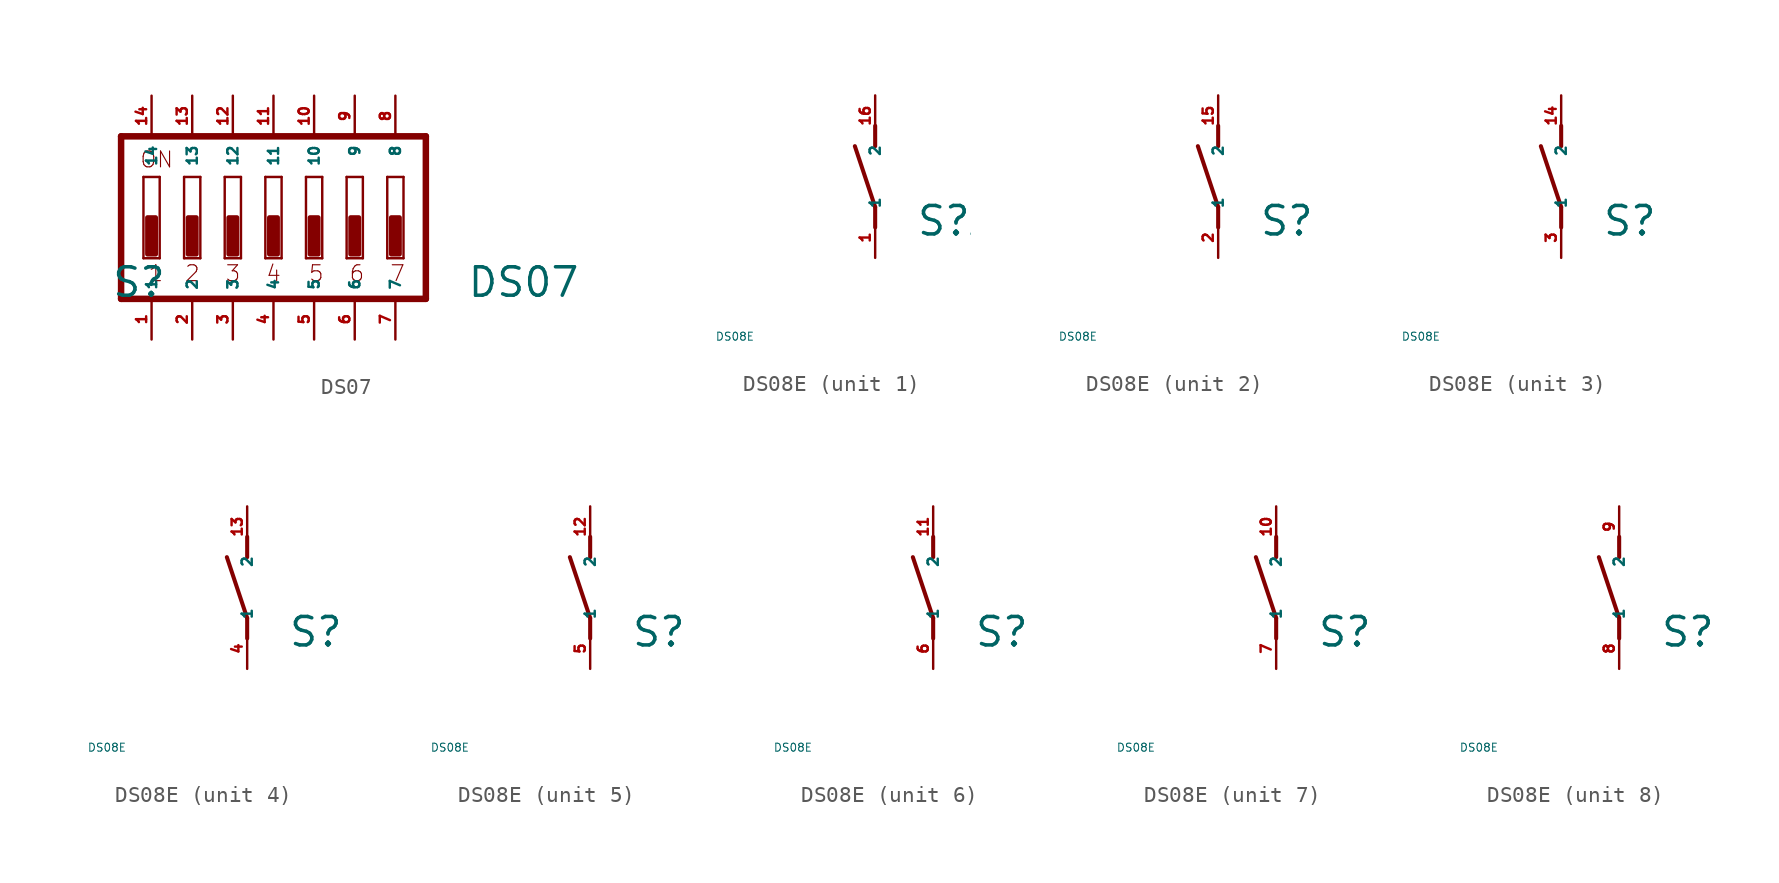
<source format=kicad_sym>
(kicad_symbol_lib
  (version 20220914)
  (generator Eagle2Kicad)
  (symbol "DS07"
    (property "Reference" "S"
      (at -10.16 -5.08 0)
      (effects (font (size 1.778 1.778) (thickness 0.22)) (justify left bottom)))
    (property "Value" "DS07"
      (at 12.065 -5.08 0)
      (effects (font (size 1.778 1.778) (thickness 0.22)) (justify left bottom)))
    (polyline
      (pts (xy 9.525 5.08) (xy -9.525 5.08))
      (stroke (width 0.406) (type default))
      (fill (type none)))
    (polyline
      (pts (xy -9.525 5.08) (xy -9.525 -5.08))
      (stroke (width 0.406) (type default))
      (fill (type none)))
    (polyline
      (pts (xy -9.525 -5.08) (xy 9.525 -5.08))
      (stroke (width 0.406) (type default))
      (fill (type none)))
    (polyline
      (pts (xy 9.525 -5.08) (xy 9.525 5.08))
      (stroke (width 0.406) (type default))
      (fill (type none)))
    (polyline
      (pts (xy -7.112 -2.54) (xy -8.128 -2.54))
      (stroke (width 0.152) (type default))
      (fill (type none)))
    (polyline
      (pts (xy -8.128 2.54) (xy -7.112 2.54))
      (stroke (width 0.152) (type default))
      (fill (type none)))
    (polyline
      (pts (xy -7.112 2.54) (xy -7.112 -2.54))
      (stroke (width 0.152) (type default))
      (fill (type none)))
    (polyline
      (pts (xy -8.128 -2.54) (xy -8.128 2.54))
      (stroke (width 0.152) (type default))
      (fill (type none)))
    (polyline
      (pts (xy -4.572 -2.54) (xy -5.588 -2.54))
      (stroke (width 0.152) (type default))
      (fill (type none)))
    (polyline
      (pts (xy -5.588 2.54) (xy -4.572 2.54))
      (stroke (width 0.152) (type default))
      (fill (type none)))
    (polyline
      (pts (xy -4.572 2.54) (xy -4.572 -2.54))
      (stroke (width 0.152) (type default))
      (fill (type none)))
    (polyline
      (pts (xy -5.588 -2.54) (xy -5.588 2.54))
      (stroke (width 0.152) (type default))
      (fill (type none)))
    (polyline
      (pts (xy -2.032 -2.54) (xy -3.048 -2.54))
      (stroke (width 0.152) (type default))
      (fill (type none)))
    (polyline
      (pts (xy -3.048 2.54) (xy -2.032 2.54))
      (stroke (width 0.152) (type default))
      (fill (type none)))
    (polyline
      (pts (xy -2.032 2.54) (xy -2.032 -2.54))
      (stroke (width 0.152) (type default))
      (fill (type none)))
    (polyline
      (pts (xy -3.048 -2.54) (xy -3.048 2.54))
      (stroke (width 0.152) (type default))
      (fill (type none)))
    (polyline
      (pts (xy 0.508 -2.54) (xy -0.508 -2.54))
      (stroke (width 0.152) (type default))
      (fill (type none)))
    (polyline
      (pts (xy -0.508 2.54) (xy 0.508 2.54))
      (stroke (width 0.152) (type default))
      (fill (type none)))
    (polyline
      (pts (xy 0.508 2.54) (xy 0.508 -2.54))
      (stroke (width 0.152) (type default))
      (fill (type none)))
    (polyline
      (pts (xy -0.508 -2.54) (xy -0.508 2.54))
      (stroke (width 0.152) (type default))
      (fill (type none)))
    (polyline
      (pts (xy 3.048 -2.54) (xy 2.032 -2.54))
      (stroke (width 0.152) (type default))
      (fill (type none)))
    (polyline
      (pts (xy 2.032 2.54) (xy 3.048 2.54))
      (stroke (width 0.152) (type default))
      (fill (type none)))
    (polyline
      (pts (xy 3.048 2.54) (xy 3.048 -2.54))
      (stroke (width 0.152) (type default))
      (fill (type none)))
    (polyline
      (pts (xy 2.032 -2.54) (xy 2.032 2.54))
      (stroke (width 0.152) (type default))
      (fill (type none)))
    (polyline
      (pts (xy 5.588 -2.54) (xy 4.572 -2.54))
      (stroke (width 0.152) (type default))
      (fill (type none)))
    (polyline
      (pts (xy 4.572 2.54) (xy 5.588 2.54))
      (stroke (width 0.152) (type default))
      (fill (type none)))
    (polyline
      (pts (xy 5.588 2.54) (xy 5.588 -2.54))
      (stroke (width 0.152) (type default))
      (fill (type none)))
    (polyline
      (pts (xy 4.572 -2.54) (xy 4.572 2.54))
      (stroke (width 0.152) (type default))
      (fill (type none)))
    (polyline
      (pts (xy 8.128 -2.54) (xy 7.112 -2.54))
      (stroke (width 0.152) (type default))
      (fill (type none)))
    (polyline
      (pts (xy 7.112 2.54) (xy 8.128 2.54))
      (stroke (width 0.152) (type default))
      (fill (type none)))
    (polyline
      (pts (xy 8.128 2.54) (xy 8.128 -2.54))
      (stroke (width 0.152) (type default))
      (fill (type none)))
    (polyline
      (pts (xy 7.112 -2.54) (xy 7.112 2.54))
      (stroke (width 0.152) (type default))
      (fill (type none)))
    (text "1"
      (at -7.874 -4.064 0)
      (effects (font (size 0.991 0.991) (thickness 0.07)) (justify left bottom)))
    (text "2"
      (at -5.588 -4.064 0)
      (effects (font (size 0.991 0.991) (thickness 0.07)) (justify left bottom)))
    (text "3"
      (at -3.048 -4.064 0)
      (effects (font (size 0.991 0.991) (thickness 0.07)) (justify left bottom)))
    (text "4"
      (at -0.508 -4.064 0)
      (effects (font (size 0.991 0.991) (thickness 0.07)) (justify left bottom)))
    (text "5"
      (at 2.159 -4.064 0)
      (effects (font (size 0.991 0.991) (thickness 0.07)) (justify left bottom)))
    (text "6"
      (at 4.699 -4.064 0)
      (effects (font (size 0.991 0.991) (thickness 0.07)) (justify left bottom)))
    (text "7"
      (at 7.239 -4.064 0)
      (effects (font (size 0.991 0.991) (thickness 0.07)) (justify left bottom)))
    (text "ON"
      (at -8.382 3.048 0)
      (effects (font (size 0.991 0.991) (thickness 0.07)) (justify left bottom)))
    (rectangle
      (start -7.874 -2.286)
      (end -7.366 0)
      (stroke (width 0.3) (type default))
      (fill (type outline)))
    (rectangle
      (start -5.334 -2.286)
      (end -4.826 0)
      (stroke (width 0.3) (type default))
      (fill (type outline)))
    (rectangle
      (start -2.794 -2.286)
      (end -2.286 0)
      (stroke (width 0.3) (type default))
      (fill (type outline)))
    (rectangle
      (start -0.254 -2.286)
      (end 0.254 0)
      (stroke (width 0.3) (type default))
      (fill (type outline)))
    (rectangle
      (start 2.286 -2.286)
      (end 2.794 0)
      (stroke (width 0.3) (type default))
      (fill (type outline)))
    (rectangle
      (start 4.826 -2.286)
      (end 5.334 0)
      (stroke (width 0.3) (type default))
      (fill (type outline)))
    (rectangle
      (start 7.366 -2.286)
      (end 7.874 0)
      (stroke (width 0.3) (type default))
      (fill (type outline)))
    (pin passive line
      (at 7.62 7.62 270)
      (length 2.54)
      (name "8" (effects (font (size 0.635 0.635) (thickness 0.08)) (justify left bottom)))
      (number "8" (effects (font (size 0.635 0.635) (thickness 0.08)) (justify left bottom))))
    (pin passive line
      (at 5.08 7.62 270)
      (length 2.54)
      (name "9" (effects (font (size 0.635 0.635) (thickness 0.08)) (justify left bottom)))
      (number "9" (effects (font (size 0.635 0.635) (thickness 0.08)) (justify left bottom))))
    (pin passive line
      (at 2.54 7.62 270)
      (length 2.54)
      (name "10" (effects (font (size 0.635 0.635) (thickness 0.08)) (justify left bottom)))
      (number "10" (effects (font (size 0.635 0.635) (thickness 0.08)) (justify left bottom))))
    (pin passive line
      (at 0 7.62 270)
      (length 2.54)
      (name "11" (effects (font (size 0.635 0.635) (thickness 0.08)) (justify left bottom)))
      (number "11" (effects (font (size 0.635 0.635) (thickness 0.08)) (justify left bottom))))
    (pin passive line
      (at -2.54 7.62 270)
      (length 2.54)
      (name "12" (effects (font (size 0.635 0.635) (thickness 0.08)) (justify left bottom)))
      (number "12" (effects (font (size 0.635 0.635) (thickness 0.08)) (justify left bottom))))
    (pin passive line
      (at -5.08 7.62 270)
      (length 2.54)
      (name "13" (effects (font (size 0.635 0.635) (thickness 0.08)) (justify left bottom)))
      (number "13" (effects (font (size 0.635 0.635) (thickness 0.08)) (justify left bottom))))
    (pin passive line
      (at -7.62 7.62 270)
      (length 2.54)
      (name "14" (effects (font (size 0.635 0.635) (thickness 0.08)) (justify left bottom)))
      (number "14" (effects (font (size 0.635 0.635) (thickness 0.08)) (justify left bottom))))
    (pin passive line
      (at -7.62 -7.62 90)
      (length 2.54)
      (name "1" (effects (font (size 0.635 0.635) (thickness 0.08)) (justify left bottom)))
      (number "1" (effects (font (size 0.635 0.635) (thickness 0.08)) (justify left bottom))))
    (pin passive line
      (at -5.08 -7.62 90)
      (length 2.54)
      (name "2" (effects (font (size 0.635 0.635) (thickness 0.08)) (justify left bottom)))
      (number "2" (effects (font (size 0.635 0.635) (thickness 0.08)) (justify left bottom))))
    (pin passive line
      (at -2.54 -7.62 90)
      (length 2.54)
      (name "3" (effects (font (size 0.635 0.635) (thickness 0.08)) (justify left bottom)))
      (number "3" (effects (font (size 0.635 0.635) (thickness 0.08)) (justify left bottom))))
    (pin passive line
      (at 0 -7.62 90)
      (length 2.54)
      (name "4" (effects (font (size 0.635 0.635) (thickness 0.08)) (justify left bottom)))
      (number "4" (effects (font (size 0.635 0.635) (thickness 0.08)) (justify left bottom))))
    (pin passive line
      (at 2.54 -7.62 90)
      (length 2.54)
      (name "5" (effects (font (size 0.635 0.635) (thickness 0.08)) (justify left bottom)))
      (number "5" (effects (font (size 0.635 0.635) (thickness 0.08)) (justify left bottom))))
    (pin passive line
      (at 5.08 -7.62 90)
      (length 2.54)
      (name "6" (effects (font (size 0.635 0.635) (thickness 0.08)) (justify left bottom)))
      (number "6" (effects (font (size 0.635 0.635) (thickness 0.08)) (justify left bottom))))
    (pin passive line
      (at 7.62 -7.62 90)
      (length 2.54)
      (name "7" (effects (font (size 0.635 0.635) (thickness 0.08)) (justify left bottom)))
      (number "7" (effects (font (size 0.635 0.635) (thickness 0.08)) (justify left bottom)))))
  (symbol "DS08E"
    (property "Reference" "S"
      (at 2.54 -3.81 0)
      (effects (font (size 1.778 1.778) (thickness 0.22)) (justify left bottom)))
    (property "Value" "DS08E"
      (at -10 -10 0)
      (effects (font (size 0.5 0.5) (thickness 0.06)) (justify left)))
    (symbol "DS08E_1_0"
      (polyline (pts (xy 0 -3.175) (xy 0 -1.905)) (stroke (width 0.254) (type default)) (fill (type none)))
      (polyline (pts (xy 0 -1.905) (xy -1.27 1.905)) (stroke (width 0.254) (type default)) (fill (type none)))
      (polyline (pts (xy 0 1.905) (xy 0 3.175)) (stroke (width 0.254) (type default)) (fill (type none)))
      (pin passive line (at 0 -5.08 90) (length 2.54) (name "1" (effects (font (size 0.635 0.635) (thickness 0.08)) (justify left bottom))) (number "1" (effects (font (size 0.635 0.635) (thickness 0.08)) (justify left bottom))))
      (pin passive line (at 0 5.08 270) (length 2.54) (name "2" (effects (font (size 0.635 0.635) (thickness 0.08)) (justify left bottom))) (number "16" (effects (font (size 0.635 0.635) (thickness 0.08)) (justify left bottom)))))
    (symbol "DS08E_2_0"
      (polyline (pts (xy 0 -3.175) (xy 0 -1.905)) (stroke (width 0.254) (type default)) (fill (type none)))
      (polyline (pts (xy 0 -1.905) (xy -1.27 1.905)) (stroke (width 0.254) (type default)) (fill (type none)))
      (polyline (pts (xy 0 1.905) (xy 0 3.175)) (stroke (width 0.254) (type default)) (fill (type none)))
      (pin passive line (at 0 -5.08 90) (length 2.54) (name "1" (effects (font (size 0.635 0.635) (thickness 0.08)) (justify left bottom))) (number "2" (effects (font (size 0.635 0.635) (thickness 0.08)) (justify left bottom))))
      (pin passive line (at 0 5.08 270) (length 2.54) (name "2" (effects (font (size 0.635 0.635) (thickness 0.08)) (justify left bottom))) (number "15" (effects (font (size 0.635 0.635) (thickness 0.08)) (justify left bottom)))))
    (symbol "DS08E_3_0"
      (polyline (pts (xy 0 -3.175) (xy 0 -1.905)) (stroke (width 0.254) (type default)) (fill (type none)))
      (polyline (pts (xy 0 -1.905) (xy -1.27 1.905)) (stroke (width 0.254) (type default)) (fill (type none)))
      (polyline (pts (xy 0 1.905) (xy 0 3.175)) (stroke (width 0.254) (type default)) (fill (type none)))
      (pin passive line (at 0 -5.08 90) (length 2.54) (name "1" (effects (font (size 0.635 0.635) (thickness 0.08)) (justify left bottom))) (number "3" (effects (font (size 0.635 0.635) (thickness 0.08)) (justify left bottom))))
      (pin passive line (at 0 5.08 270) (length 2.54) (name "2" (effects (font (size 0.635 0.635) (thickness 0.08)) (justify left bottom))) (number "14" (effects (font (size 0.635 0.635) (thickness 0.08)) (justify left bottom)))))
    (symbol "DS08E_4_0"
      (polyline (pts (xy 0 -3.175) (xy 0 -1.905)) (stroke (width 0.254) (type default)) (fill (type none)))
      (polyline (pts (xy 0 -1.905) (xy -1.27 1.905)) (stroke (width 0.254) (type default)) (fill (type none)))
      (polyline (pts (xy 0 1.905) (xy 0 3.175)) (stroke (width 0.254) (type default)) (fill (type none)))
      (pin passive line (at 0 -5.08 90) (length 2.54) (name "1" (effects (font (size 0.635 0.635) (thickness 0.08)) (justify left bottom))) (number "4" (effects (font (size 0.635 0.635) (thickness 0.08)) (justify left bottom))))
      (pin passive line (at 0 5.08 270) (length 2.54) (name "2" (effects (font (size 0.635 0.635) (thickness 0.08)) (justify left bottom))) (number "13" (effects (font (size 0.635 0.635) (thickness 0.08)) (justify left bottom)))))
    (symbol "DS08E_5_0"
      (polyline (pts (xy 0 -3.175) (xy 0 -1.905)) (stroke (width 0.254) (type default)) (fill (type none)))
      (polyline (pts (xy 0 -1.905) (xy -1.27 1.905)) (stroke (width 0.254) (type default)) (fill (type none)))
      (polyline (pts (xy 0 1.905) (xy 0 3.175)) (stroke (width 0.254) (type default)) (fill (type none)))
      (pin passive line (at 0 -5.08 90) (length 2.54) (name "1" (effects (font (size 0.635 0.635) (thickness 0.08)) (justify left bottom))) (number "5" (effects (font (size 0.635 0.635) (thickness 0.08)) (justify left bottom))))
      (pin passive line (at 0 5.08 270) (length 2.54) (name "2" (effects (font (size 0.635 0.635) (thickness 0.08)) (justify left bottom))) (number "12" (effects (font (size 0.635 0.635) (thickness 0.08)) (justify left bottom)))))
    (symbol "DS08E_6_0"
      (polyline (pts (xy 0 -3.175) (xy 0 -1.905)) (stroke (width 0.254) (type default)) (fill (type none)))
      (polyline (pts (xy 0 -1.905) (xy -1.27 1.905)) (stroke (width 0.254) (type default)) (fill (type none)))
      (polyline (pts (xy 0 1.905) (xy 0 3.175)) (stroke (width 0.254) (type default)) (fill (type none)))
      (pin passive line (at 0 -5.08 90) (length 2.54) (name "1" (effects (font (size 0.635 0.635) (thickness 0.08)) (justify left bottom))) (number "6" (effects (font (size 0.635 0.635) (thickness 0.08)) (justify left bottom))))
      (pin passive line (at 0 5.08 270) (length 2.54) (name "2" (effects (font (size 0.635 0.635) (thickness 0.08)) (justify left bottom))) (number "11" (effects (font (size 0.635 0.635) (thickness 0.08)) (justify left bottom)))))
    (symbol "DS08E_7_0"
      (polyline (pts (xy 0 -3.175) (xy 0 -1.905)) (stroke (width 0.254) (type default)) (fill (type none)))
      (polyline (pts (xy 0 -1.905) (xy -1.27 1.905)) (stroke (width 0.254) (type default)) (fill (type none)))
      (polyline (pts (xy 0 1.905) (xy 0 3.175)) (stroke (width 0.254) (type default)) (fill (type none)))
      (pin passive line (at 0 -5.08 90) (length 2.54) (name "1" (effects (font (size 0.635 0.635) (thickness 0.08)) (justify left bottom))) (number "7" (effects (font (size 0.635 0.635) (thickness 0.08)) (justify left bottom))))
      (pin passive line (at 0 5.08 270) (length 2.54) (name "2" (effects (font (size 0.635 0.635) (thickness 0.08)) (justify left bottom))) (number "10" (effects (font (size 0.635 0.635) (thickness 0.08)) (justify left bottom)))))
    (symbol "DS08E_8_0"
      (polyline (pts (xy 0 -3.175) (xy 0 -1.905)) (stroke (width 0.254) (type default)) (fill (type none)))
      (polyline (pts (xy 0 -1.905) (xy -1.27 1.905)) (stroke (width 0.254) (type default)) (fill (type none)))
      (polyline (pts (xy 0 1.905) (xy 0 3.175)) (stroke (width 0.254) (type default)) (fill (type none)))
      (pin passive line (at 0 -5.08 90) (length 2.54) (name "1" (effects (font (size 0.635 0.635) (thickness 0.08)) (justify left bottom))) (number "8" (effects (font (size 0.635 0.635) (thickness 0.08)) (justify left bottom))))
      (pin passive line (at 0 5.08 270) (length 2.54) (name "2" (effects (font (size 0.635 0.635) (thickness 0.08)) (justify left bottom))) (number "9" (effects (font (size 0.635 0.635) (thickness 0.08)) (justify left bottom)))))))
</source>
